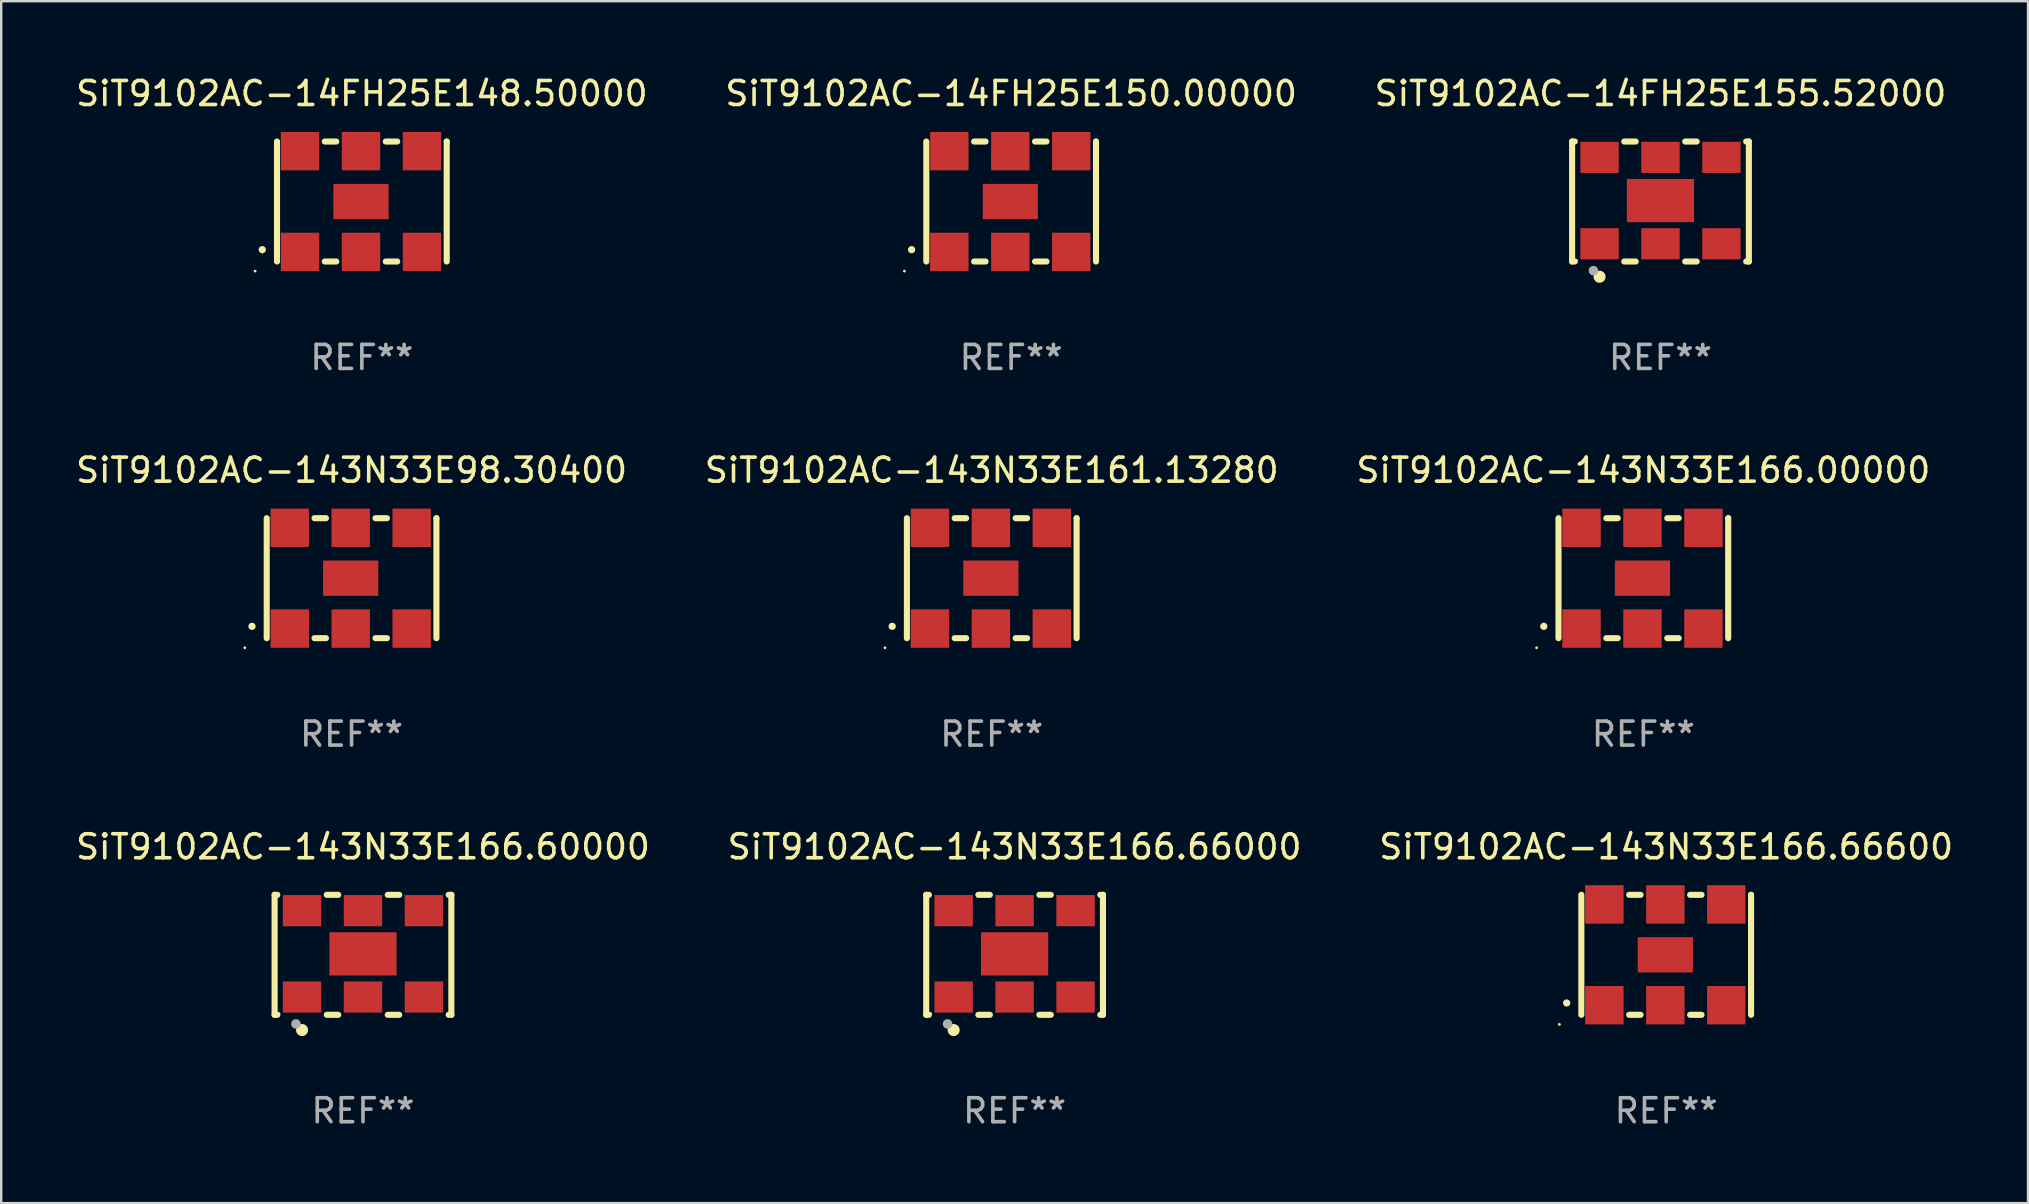
<source format=kicad_pcb>
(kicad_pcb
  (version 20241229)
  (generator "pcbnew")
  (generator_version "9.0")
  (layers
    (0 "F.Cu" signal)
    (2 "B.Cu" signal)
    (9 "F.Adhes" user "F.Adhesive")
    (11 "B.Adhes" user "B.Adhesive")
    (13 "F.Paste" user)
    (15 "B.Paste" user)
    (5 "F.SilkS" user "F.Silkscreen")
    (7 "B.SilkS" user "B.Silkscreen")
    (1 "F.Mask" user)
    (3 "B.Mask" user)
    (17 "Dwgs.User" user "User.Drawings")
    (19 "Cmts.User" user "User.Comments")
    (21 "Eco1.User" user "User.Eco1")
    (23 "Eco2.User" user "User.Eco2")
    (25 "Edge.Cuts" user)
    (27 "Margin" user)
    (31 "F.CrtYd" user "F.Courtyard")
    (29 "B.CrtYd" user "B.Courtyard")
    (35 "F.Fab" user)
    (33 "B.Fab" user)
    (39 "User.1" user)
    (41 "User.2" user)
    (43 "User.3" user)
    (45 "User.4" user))
  (footprint "SiT9102AC-143N33E166.60000"
    (layer "F.Cu")
    (at 12.077 36.741)
    (property "Reference" "SiT9102AC-143N33E166.60000" (at 0 -4.5 0) (layer "F.SilkS") (effects (font (size 1 1) (thickness 0.15))))
    (attr through_hole)
    (fp_line (start -3.683 -2.5) (end -3.571 -2.5) (stroke (width 0.254) (type solid)) (layer "F.SilkS"))
    (fp_line (start -3.683 2.5) (end -3.683 -2.5) (stroke (width 0.254) (type solid)) (layer "F.SilkS"))
    (fp_line (start -3.683 2.5) (end -3.571 2.5) (stroke (width 0.254) (type solid)) (layer "F.SilkS"))
    (fp_line (start -1.509 -2.5) (end -1.031 -2.5) (stroke (width 0.254) (type solid)) (layer "F.SilkS"))
    (fp_line (start -1.509 2.5) (end -1.031 2.5) (stroke (width 0.254) (type solid)) (layer "F.SilkS"))
    (fp_line (start 1.031 -2.5) (end 1.509 -2.5) (stroke (width 0.254) (type solid)) (layer "F.SilkS"))
    (fp_line (start 1.031 2.5) (end 1.509 2.5) (stroke (width 0.254) (type solid)) (layer "F.SilkS"))
    (fp_line (start 3.571 -2.5) (end 3.683 -2.5) (stroke (width 0.254) (type solid)) (layer "F.SilkS"))
    (fp_line (start 3.571 2.5) (end 3.683 2.5) (stroke (width 0.254) (type solid)) (layer "F.SilkS"))
    (fp_line (start 3.683 2.5) (end 3.683 -2.5) (stroke (width 0.254) (type solid)) (layer "F.SilkS"))
    (fp_circle (center -3.5 2.46) (end -3.47 2.46) (stroke (width 0.06) (type solid)) (fill no) (layer "F.SilkS"))
    (fp_circle (center -2.54 3.135) (end -2.413 3.135) (stroke (width 0.254) (type solid)) (fill no) (layer "F.SilkS"))
    (fp_circle (center -2.794 2.881) (end -2.694 2.881) (stroke (width 0.2) (type solid)) (fill no) (layer "F.Fab"))
    (fp_text user "REF**" (at 0 6.5 0) (layer "F.Fab") (effects (font (size 1 1) (thickness 0.15))))
    (pad "1" smd rect (at -2.54 1.76) (size 1.6 1.3) (layers "F.Cu" "F.Mask" "F.Paste"))
    (pad "2" smd rect (at 0 1.76) (size 1.6 1.3) (layers "F.Cu" "F.Mask" "F.Paste"))
    (pad "3" smd rect (at 2.54 1.76) (size 1.6 1.3) (layers "F.Cu" "F.Mask" "F.Paste"))
    (pad "4" smd rect (at 2.54 -1.84) (size 1.6 1.3) (layers "F.Cu" "F.Mask" "F.Paste"))
    (pad "5" smd rect (at 0 -1.84) (size 1.6 1.3) (layers "F.Cu" "F.Mask" "F.Paste"))
    (pad "6" smd rect (at -2.54 -1.84) (size 1.6 1.3) (layers "F.Cu" "F.Mask" "F.Paste"))
    (pad "7" smd rect (at 0 -0.04) (size 2.8 1.8) (layers "F.Cu" "F.Mask" "F.Paste")))
  (footprint "SiT9102AC-143N33E161.13280"
    (layer "F.Cu")
    (at 38.28 21.045)
    (property "Reference" "SiT9102AC-143N33E161.13280" (at 0 -4.5 0) (layer "F.SilkS") (effects (font (size 1 1) (thickness 0.15))))
    (attr through_hole)
    (fp_line (start -3.536 -2.5) (end -3.536 2.5) (stroke (width 0.254) (type solid)) (layer "F.SilkS"))
    (fp_line (start -1.544 2.5) (end -1.067 2.5) (stroke (width 0.254) (type solid)) (layer "F.SilkS"))
    (fp_line (start -1.067 -2.5) (end -1.544 -2.5) (stroke (width 0.254) (type solid)) (layer "F.SilkS"))
    (fp_line (start 0.996 2.5) (end 1.473 2.5) (stroke (width 0.254) (type solid)) (layer "F.SilkS"))
    (fp_line (start 1.473 -2.5) (end 0.996 -2.5) (stroke (width 0.254) (type solid)) (layer "F.SilkS"))
    (fp_line (start 3.536 -2.5) (end 3.536 -2.5) (stroke (width 0.254) (type solid)) (layer "F.SilkS"))
    (fp_line (start 3.536 2.5) (end 3.536 -2.5) (stroke (width 0.254) (type solid)) (layer "F.SilkS"))
    (fp_arc (start -4.150432 2.006604) (mid -4.149162 2.006599) (end -4.147892 2.006604) (stroke (width 0.3) (type solid)) (layer "F.SilkS"))
    (fp_circle (center -4.449 2.9) (end -4.419 2.9) (stroke (width 0.06) (type solid)) (fill no) (layer "F.SilkS"))
    (fp_text user "REF**" (at 0 6.5 0) (layer "F.Fab") (effects (font (size 1 1) (thickness 0.15))))
    (pad "1" smd rect (at -2.576 2.1) (size 1.6 1.6) (layers "F.Cu" "F.Mask" "F.Paste"))
    (pad "2" smd rect (at -0.036 2.1) (size 1.6 1.6) (layers "F.Cu" "F.Mask" "F.Paste"))
    (pad "3" smd rect (at 2.504 2.1) (size 1.6 1.6) (layers "F.Cu" "F.Mask" "F.Paste"))
    (pad "4" smd rect (at 2.504 -2.1) (size 1.6 1.6) (layers "F.Cu" "F.Mask" "F.Paste"))
    (pad "5" smd rect (at -0.036 -2.1) (size 1.6 1.6) (layers "F.Cu" "F.Mask" "F.Paste"))
    (pad "6" smd rect (at -2.576 -2.1) (size 1.6 1.6) (layers "F.Cu" "F.Mask" "F.Paste"))
    (pad "7" smd rect (at -0.036 0) (size 2.3 1.47) (layers "F.Cu" "F.Mask" "F.Paste")))
  (footprint "SiT9102AC-143N33E166.66600"
    (layer "F.Cu")
    (at 66.387 36.741)
    (property "Reference" "SiT9102AC-143N33E166.66600" (at 0 -4.5 0) (layer "F.SilkS") (effects (font (size 1 1) (thickness 0.15))))
    (attr through_hole)
    (fp_line (start -3.536 -2.5) (end -3.536 2.5) (stroke (width 0.254) (type solid)) (layer "F.SilkS"))
    (fp_line (start -1.544 2.5) (end -1.067 2.5) (stroke (width 0.254) (type solid)) (layer "F.SilkS"))
    (fp_line (start -1.067 -2.5) (end -1.544 -2.5) (stroke (width 0.254) (type solid)) (layer "F.SilkS"))
    (fp_line (start 0.996 2.5) (end 1.473 2.5) (stroke (width 0.254) (type solid)) (layer "F.SilkS"))
    (fp_line (start 1.473 -2.5) (end 0.996 -2.5) (stroke (width 0.254) (type solid)) (layer "F.SilkS"))
    (fp_line (start 3.536 -2.5) (end 3.536 -2.5) (stroke (width 0.254) (type solid)) (layer "F.SilkS"))
    (fp_line (start 3.536 2.5) (end 3.536 -2.5) (stroke (width 0.254) (type solid)) (layer "F.SilkS"))
    (fp_arc (start -4.150432 2.006604) (mid -4.149162 2.006599) (end -4.147892 2.006604) (stroke (width 0.3) (type solid)) (layer "F.SilkS"))
    (fp_circle (center -4.449 2.9) (end -4.419 2.9) (stroke (width 0.06) (type solid)) (fill no) (layer "F.SilkS"))
    (fp_text user "REF**" (at 0 6.5 0) (layer "F.Fab") (effects (font (size 1 1) (thickness 0.15))))
    (pad "1" smd rect (at -2.576 2.1) (size 1.6 1.6) (layers "F.Cu" "F.Mask" "F.Paste"))
    (pad "2" smd rect (at -0.036 2.1) (size 1.6 1.6) (layers "F.Cu" "F.Mask" "F.Paste"))
    (pad "3" smd rect (at 2.504 2.1) (size 1.6 1.6) (layers "F.Cu" "F.Mask" "F.Paste"))
    (pad "4" smd rect (at 2.504 -2.1) (size 1.6 1.6) (layers "F.Cu" "F.Mask" "F.Paste"))
    (pad "5" smd rect (at -0.036 -2.1) (size 1.6 1.6) (layers "F.Cu" "F.Mask" "F.Paste"))
    (pad "6" smd rect (at -2.576 -2.1) (size 1.6 1.6) (layers "F.Cu" "F.Mask" "F.Paste"))
    (pad "7" smd rect (at -0.036 0) (size 2.3 1.47) (layers "F.Cu" "F.Mask" "F.Paste")))
  (footprint "SiT9102AC-143N33E98.30400"
    (layer "F.Cu")
    (at 11.601 21.045)
    (property "Reference" "SiT9102AC-143N33E98.30400" (at 0 -4.5 0) (layer "F.SilkS") (effects (font (size 1 1) (thickness 0.15))))
    (attr through_hole)
    (fp_line (start -3.536 -2.5) (end -3.536 2.5) (stroke (width 0.254) (type solid)) (layer "F.SilkS"))
    (fp_line (start -1.544 2.5) (end -1.067 2.5) (stroke (width 0.254) (type solid)) (layer "F.SilkS"))
    (fp_line (start -1.067 -2.5) (end -1.544 -2.5) (stroke (width 0.254) (type solid)) (layer "F.SilkS"))
    (fp_line (start 0.996 2.5) (end 1.473 2.5) (stroke (width 0.254) (type solid)) (layer "F.SilkS"))
    (fp_line (start 1.473 -2.5) (end 0.996 -2.5) (stroke (width 0.254) (type solid)) (layer "F.SilkS"))
    (fp_line (start 3.536 -2.5) (end 3.536 -2.5) (stroke (width 0.254) (type solid)) (layer "F.SilkS"))
    (fp_line (start 3.536 2.5) (end 3.536 -2.5) (stroke (width 0.254) (type solid)) (layer "F.SilkS"))
    (fp_arc (start -4.150432 2.006604) (mid -4.149162 2.006599) (end -4.147892 2.006604) (stroke (width 0.3) (type solid)) (layer "F.SilkS"))
    (fp_circle (center -4.449 2.9) (end -4.419 2.9) (stroke (width 0.06) (type solid)) (fill no) (layer "F.SilkS"))
    (fp_text user "REF**" (at 0 6.5 0) (layer "F.Fab") (effects (font (size 1 1) (thickness 0.15))))
    (pad "1" smd rect (at -2.576 2.1) (size 1.6 1.6) (layers "F.Cu" "F.Mask" "F.Paste"))
    (pad "2" smd rect (at -0.036 2.1) (size 1.6 1.6) (layers "F.Cu" "F.Mask" "F.Paste"))
    (pad "3" smd rect (at 2.504 2.1) (size 1.6 1.6) (layers "F.Cu" "F.Mask" "F.Paste"))
    (pad "4" smd rect (at 2.504 -2.1) (size 1.6 1.6) (layers "F.Cu" "F.Mask" "F.Paste"))
    (pad "5" smd rect (at -0.036 -2.1) (size 1.6 1.6) (layers "F.Cu" "F.Mask" "F.Paste"))
    (pad "6" smd rect (at -2.576 -2.1) (size 1.6 1.6) (layers "F.Cu" "F.Mask" "F.Paste"))
    (pad "7" smd rect (at -0.036 0) (size 2.3 1.47) (layers "F.Cu" "F.Mask" "F.Paste")))
  (footprint "SiT9102AC-14FH25E150.00000"
    (layer "F.Cu")
    (at 39.089 5.348)
    (property "Reference" "SiT9102AC-14FH25E150.00000" (at 0 -4.5 0) (layer "F.SilkS") (effects (font (size 1 1) (thickness 0.15))))
    (attr through_hole)
    (fp_line (start -3.536 -2.5) (end -3.536 2.5) (stroke (width 0.254) (type solid)) (layer "F.SilkS"))
    (fp_line (start -1.544 2.5) (end -1.067 2.5) (stroke (width 0.254) (type solid)) (layer "F.SilkS"))
    (fp_line (start -1.067 -2.5) (end -1.544 -2.5) (stroke (width 0.254) (type solid)) (layer "F.SilkS"))
    (fp_line (start 0.996 2.5) (end 1.473 2.5) (stroke (width 0.254) (type solid)) (layer "F.SilkS"))
    (fp_line (start 1.473 -2.5) (end 0.996 -2.5) (stroke (width 0.254) (type solid)) (layer "F.SilkS"))
    (fp_line (start 3.536 -2.5) (end 3.536 -2.5) (stroke (width 0.254) (type solid)) (layer "F.SilkS"))
    (fp_line (start 3.536 2.5) (end 3.536 -2.5) (stroke (width 0.254) (type solid)) (layer "F.SilkS"))
    (fp_arc (start -4.150432 2.006604) (mid -4.149162 2.006599) (end -4.147892 2.006604) (stroke (width 0.3) (type solid)) (layer "F.SilkS"))
    (fp_circle (center -4.449 2.9) (end -4.419 2.9) (stroke (width 0.06) (type solid)) (fill no) (layer "F.SilkS"))
    (fp_text user "REF**" (at 0 6.5 0) (layer "F.Fab") (effects (font (size 1 1) (thickness 0.15))))
    (pad "1" smd rect (at -2.576 2.1) (size 1.6 1.6) (layers "F.Cu" "F.Mask" "F.Paste"))
    (pad "2" smd rect (at -0.036 2.1) (size 1.6 1.6) (layers "F.Cu" "F.Mask" "F.Paste"))
    (pad "3" smd rect (at 2.504 2.1) (size 1.6 1.6) (layers "F.Cu" "F.Mask" "F.Paste"))
    (pad "4" smd rect (at 2.504 -2.1) (size 1.6 1.6) (layers "F.Cu" "F.Mask" "F.Paste"))
    (pad "5" smd rect (at -0.036 -2.1) (size 1.6 1.6) (layers "F.Cu" "F.Mask" "F.Paste"))
    (pad "6" smd rect (at -2.576 -2.1) (size 1.6 1.6) (layers "F.Cu" "F.Mask" "F.Paste"))
    (pad "7" smd rect (at -0.036 0) (size 2.3 1.47) (layers "F.Cu" "F.Mask" "F.Paste")))
  (footprint "SiT9102AC-143N33E166.00000"
    (layer "F.Cu")
    (at 65.435 21.045)
    (property "Reference" "SiT9102AC-143N33E166.00000" (at 0 -4.5 0) (layer "F.SilkS") (effects (font (size 1 1) (thickness 0.15))))
    (attr through_hole)
    (fp_line (start -3.536 -2.5) (end -3.536 2.5) (stroke (width 0.254) (type solid)) (layer "F.SilkS"))
    (fp_line (start -1.544 2.5) (end -1.067 2.5) (stroke (width 0.254) (type solid)) (layer "F.SilkS"))
    (fp_line (start -1.067 -2.5) (end -1.544 -2.5) (stroke (width 0.254) (type solid)) (layer "F.SilkS"))
    (fp_line (start 0.996 2.5) (end 1.473 2.5) (stroke (width 0.254) (type solid)) (layer "F.SilkS"))
    (fp_line (start 1.473 -2.5) (end 0.996 -2.5) (stroke (width 0.254) (type solid)) (layer "F.SilkS"))
    (fp_line (start 3.536 -2.5) (end 3.536 -2.5) (stroke (width 0.254) (type solid)) (layer "F.SilkS"))
    (fp_line (start 3.536 2.5) (end 3.536 -2.5) (stroke (width 0.254) (type solid)) (layer "F.SilkS"))
    (fp_arc (start -4.150432 2.006604) (mid -4.149162 2.006599) (end -4.147892 2.006604) (stroke (width 0.3) (type solid)) (layer "F.SilkS"))
    (fp_circle (center -4.449 2.9) (end -4.419 2.9) (stroke (width 0.06) (type solid)) (fill no) (layer "F.SilkS"))
    (fp_text user "REF**" (at 0 6.5 0) (layer "F.Fab") (effects (font (size 1 1) (thickness 0.15))))
    (pad "1" smd rect (at -2.576 2.1) (size 1.6 1.6) (layers "F.Cu" "F.Mask" "F.Paste"))
    (pad "2" smd rect (at -0.036 2.1) (size 1.6 1.6) (layers "F.Cu" "F.Mask" "F.Paste"))
    (pad "3" smd rect (at 2.504 2.1) (size 1.6 1.6) (layers "F.Cu" "F.Mask" "F.Paste"))
    (pad "4" smd rect (at 2.504 -2.1) (size 1.6 1.6) (layers "F.Cu" "F.Mask" "F.Paste"))
    (pad "5" smd rect (at -0.036 -2.1) (size 1.6 1.6) (layers "F.Cu" "F.Mask" "F.Paste"))
    (pad "6" smd rect (at -2.576 -2.1) (size 1.6 1.6) (layers "F.Cu" "F.Mask" "F.Paste"))
    (pad "7" smd rect (at -0.036 0) (size 2.3 1.47) (layers "F.Cu" "F.Mask" "F.Paste")))
  (footprint "SiT9102AC-14FH25E155.52000"
    (layer "F.Cu")
    (at 66.149 5.348)
    (property "Reference" "SiT9102AC-14FH25E155.52000" (at 0 -4.5 0) (layer "F.SilkS") (effects (font (size 1 1) (thickness 0.15))))
    (attr through_hole)
    (fp_line (start -3.683 -2.5) (end -3.571 -2.5) (stroke (width 0.254) (type solid)) (layer "F.SilkS"))
    (fp_line (start -3.683 2.5) (end -3.683 -2.5) (stroke (width 0.254) (type solid)) (layer "F.SilkS"))
    (fp_line (start -3.683 2.5) (end -3.571 2.5) (stroke (width 0.254) (type solid)) (layer "F.SilkS"))
    (fp_line (start -1.509 -2.5) (end -1.031 -2.5) (stroke (width 0.254) (type solid)) (layer "F.SilkS"))
    (fp_line (start -1.509 2.5) (end -1.031 2.5) (stroke (width 0.254) (type solid)) (layer "F.SilkS"))
    (fp_line (start 1.031 -2.5) (end 1.509 -2.5) (stroke (width 0.254) (type solid)) (layer "F.SilkS"))
    (fp_line (start 1.031 2.5) (end 1.509 2.5) (stroke (width 0.254) (type solid)) (layer "F.SilkS"))
    (fp_line (start 3.571 -2.5) (end 3.683 -2.5) (stroke (width 0.254) (type solid)) (layer "F.SilkS"))
    (fp_line (start 3.571 2.5) (end 3.683 2.5) (stroke (width 0.254) (type solid)) (layer "F.SilkS"))
    (fp_line (start 3.683 2.5) (end 3.683 -2.5) (stroke (width 0.254) (type solid)) (layer "F.SilkS"))
    (fp_circle (center -3.5 2.46) (end -3.47 2.46) (stroke (width 0.06) (type solid)) (fill no) (layer "F.SilkS"))
    (fp_circle (center -2.54 3.135) (end -2.413 3.135) (stroke (width 0.254) (type solid)) (fill no) (layer "F.SilkS"))
    (fp_circle (center -2.794 2.881) (end -2.694 2.881) (stroke (width 0.2) (type solid)) (fill no) (layer "F.Fab"))
    (fp_text user "REF**" (at 0 6.5 0) (layer "F.Fab") (effects (font (size 1 1) (thickness 0.15))))
    (pad "1" smd rect (at -2.54 1.76) (size 1.6 1.3) (layers "F.Cu" "F.Mask" "F.Paste"))
    (pad "2" smd rect (at 0 1.76) (size 1.6 1.3) (layers "F.Cu" "F.Mask" "F.Paste"))
    (pad "3" smd rect (at 2.54 1.76) (size 1.6 1.3) (layers "F.Cu" "F.Mask" "F.Paste"))
    (pad "4" smd rect (at 2.54 -1.84) (size 1.6 1.3) (layers "F.Cu" "F.Mask" "F.Paste"))
    (pad "5" smd rect (at 0 -1.84) (size 1.6 1.3) (layers "F.Cu" "F.Mask" "F.Paste"))
    (pad "6" smd rect (at -2.54 -1.84) (size 1.6 1.3) (layers "F.Cu" "F.Mask" "F.Paste"))
    (pad "7" smd rect (at 0 -0.04) (size 2.8 1.8) (layers "F.Cu" "F.Mask" "F.Paste")))
  (footprint "SiT9102AC-14FH25E148.50000"
    (layer "F.Cu")
    (at 12.03 5.348)
    (property "Reference" "SiT9102AC-14FH25E148.50000" (at 0 -4.5 0) (layer "F.SilkS") (effects (font (size 1 1) (thickness 0.15))))
    (attr through_hole)
    (fp_line (start -3.536 -2.5) (end -3.536 2.5) (stroke (width 0.254) (type solid)) (layer "F.SilkS"))
    (fp_line (start -1.544 2.5) (end -1.067 2.5) (stroke (width 0.254) (type solid)) (layer "F.SilkS"))
    (fp_line (start -1.067 -2.5) (end -1.544 -2.5) (stroke (width 0.254) (type solid)) (layer "F.SilkS"))
    (fp_line (start 0.996 2.5) (end 1.473 2.5) (stroke (width 0.254) (type solid)) (layer "F.SilkS"))
    (fp_line (start 1.473 -2.5) (end 0.996 -2.5) (stroke (width 0.254) (type solid)) (layer "F.SilkS"))
    (fp_line (start 3.536 -2.5) (end 3.536 -2.5) (stroke (width 0.254) (type solid)) (layer "F.SilkS"))
    (fp_line (start 3.536 2.5) (end 3.536 -2.5) (stroke (width 0.254) (type solid)) (layer "F.SilkS"))
    (fp_arc (start -4.150432 2.006604) (mid -4.149162 2.006599) (end -4.147892 2.006604) (stroke (width 0.3) (type solid)) (layer "F.SilkS"))
    (fp_circle (center -4.449 2.9) (end -4.419 2.9) (stroke (width 0.06) (type solid)) (fill no) (layer "F.SilkS"))
    (fp_text user "REF**" (at 0 6.5 0) (layer "F.Fab") (effects (font (size 1 1) (thickness 0.15))))
    (pad "1" smd rect (at -2.576 2.1) (size 1.6 1.6) (layers "F.Cu" "F.Mask" "F.Paste"))
    (pad "2" smd rect (at -0.036 2.1) (size 1.6 1.6) (layers "F.Cu" "F.Mask" "F.Paste"))
    (pad "3" smd rect (at 2.504 2.1) (size 1.6 1.6) (layers "F.Cu" "F.Mask" "F.Paste"))
    (pad "4" smd rect (at 2.504 -2.1) (size 1.6 1.6) (layers "F.Cu" "F.Mask" "F.Paste"))
    (pad "5" smd rect (at -0.036 -2.1) (size 1.6 1.6) (layers "F.Cu" "F.Mask" "F.Paste"))
    (pad "6" smd rect (at -2.576 -2.1) (size 1.6 1.6) (layers "F.Cu" "F.Mask" "F.Paste"))
    (pad "7" smd rect (at -0.036 0) (size 2.3 1.47) (layers "F.Cu" "F.Mask" "F.Paste")))
  (footprint "SiT9102AC-143N33E166.66000"
    (layer "F.Cu")
    (at 39.232 36.741)
    (property "Reference" "SiT9102AC-143N33E166.66000" (at 0 -4.5 0) (layer "F.SilkS") (effects (font (size 1 1) (thickness 0.15))))
    (attr through_hole)
    (fp_line (start -3.683 -2.5) (end -3.571 -2.5) (stroke (width 0.254) (type solid)) (layer "F.SilkS"))
    (fp_line (start -3.683 2.5) (end -3.683 -2.5) (stroke (width 0.254) (type solid)) (layer "F.SilkS"))
    (fp_line (start -3.683 2.5) (end -3.571 2.5) (stroke (width 0.254) (type solid)) (layer "F.SilkS"))
    (fp_line (start -1.509 -2.5) (end -1.031 -2.5) (stroke (width 0.254) (type solid)) (layer "F.SilkS"))
    (fp_line (start -1.509 2.5) (end -1.031 2.5) (stroke (width 0.254) (type solid)) (layer "F.SilkS"))
    (fp_line (start 1.031 -2.5) (end 1.509 -2.5) (stroke (width 0.254) (type solid)) (layer "F.SilkS"))
    (fp_line (start 1.031 2.5) (end 1.509 2.5) (stroke (width 0.254) (type solid)) (layer "F.SilkS"))
    (fp_line (start 3.571 -2.5) (end 3.683 -2.5) (stroke (width 0.254) (type solid)) (layer "F.SilkS"))
    (fp_line (start 3.571 2.5) (end 3.683 2.5) (stroke (width 0.254) (type solid)) (layer "F.SilkS"))
    (fp_line (start 3.683 2.5) (end 3.683 -2.5) (stroke (width 0.254) (type solid)) (layer "F.SilkS"))
    (fp_circle (center -3.5 2.46) (end -3.47 2.46) (stroke (width 0.06) (type solid)) (fill no) (layer "F.SilkS"))
    (fp_circle (center -2.54 3.135) (end -2.413 3.135) (stroke (width 0.254) (type solid)) (fill no) (layer "F.SilkS"))
    (fp_circle (center -2.794 2.881) (end -2.694 2.881) (stroke (width 0.2) (type solid)) (fill no) (layer "F.Fab"))
    (fp_text user "REF**" (at 0 6.5 0) (layer "F.Fab") (effects (font (size 1 1) (thickness 0.15))))
    (pad "1" smd rect (at -2.54 1.76) (size 1.6 1.3) (layers "F.Cu" "F.Mask" "F.Paste"))
    (pad "2" smd rect (at 0 1.76) (size 1.6 1.3) (layers "F.Cu" "F.Mask" "F.Paste"))
    (pad "3" smd rect (at 2.54 1.76) (size 1.6 1.3) (layers "F.Cu" "F.Mask" "F.Paste"))
    (pad "4" smd rect (at 2.54 -1.84) (size 1.6 1.3) (layers "F.Cu" "F.Mask" "F.Paste"))
    (pad "5" smd rect (at 0 -1.84) (size 1.6 1.3) (layers "F.Cu" "F.Mask" "F.Paste"))
    (pad "6" smd rect (at -2.54 -1.84) (size 1.6 1.3) (layers "F.Cu" "F.Mask" "F.Paste"))
    (pad "7" smd rect (at 0 -0.04) (size 2.8 1.8) (layers "F.Cu" "F.Mask" "F.Paste")))
  (gr_rect
    (start -3 -3)
    (end 81.464 47.09)
    (stroke (width 0.1) (type default))
    (fill no)
    (layer "Edge.Cuts")))
</source>
